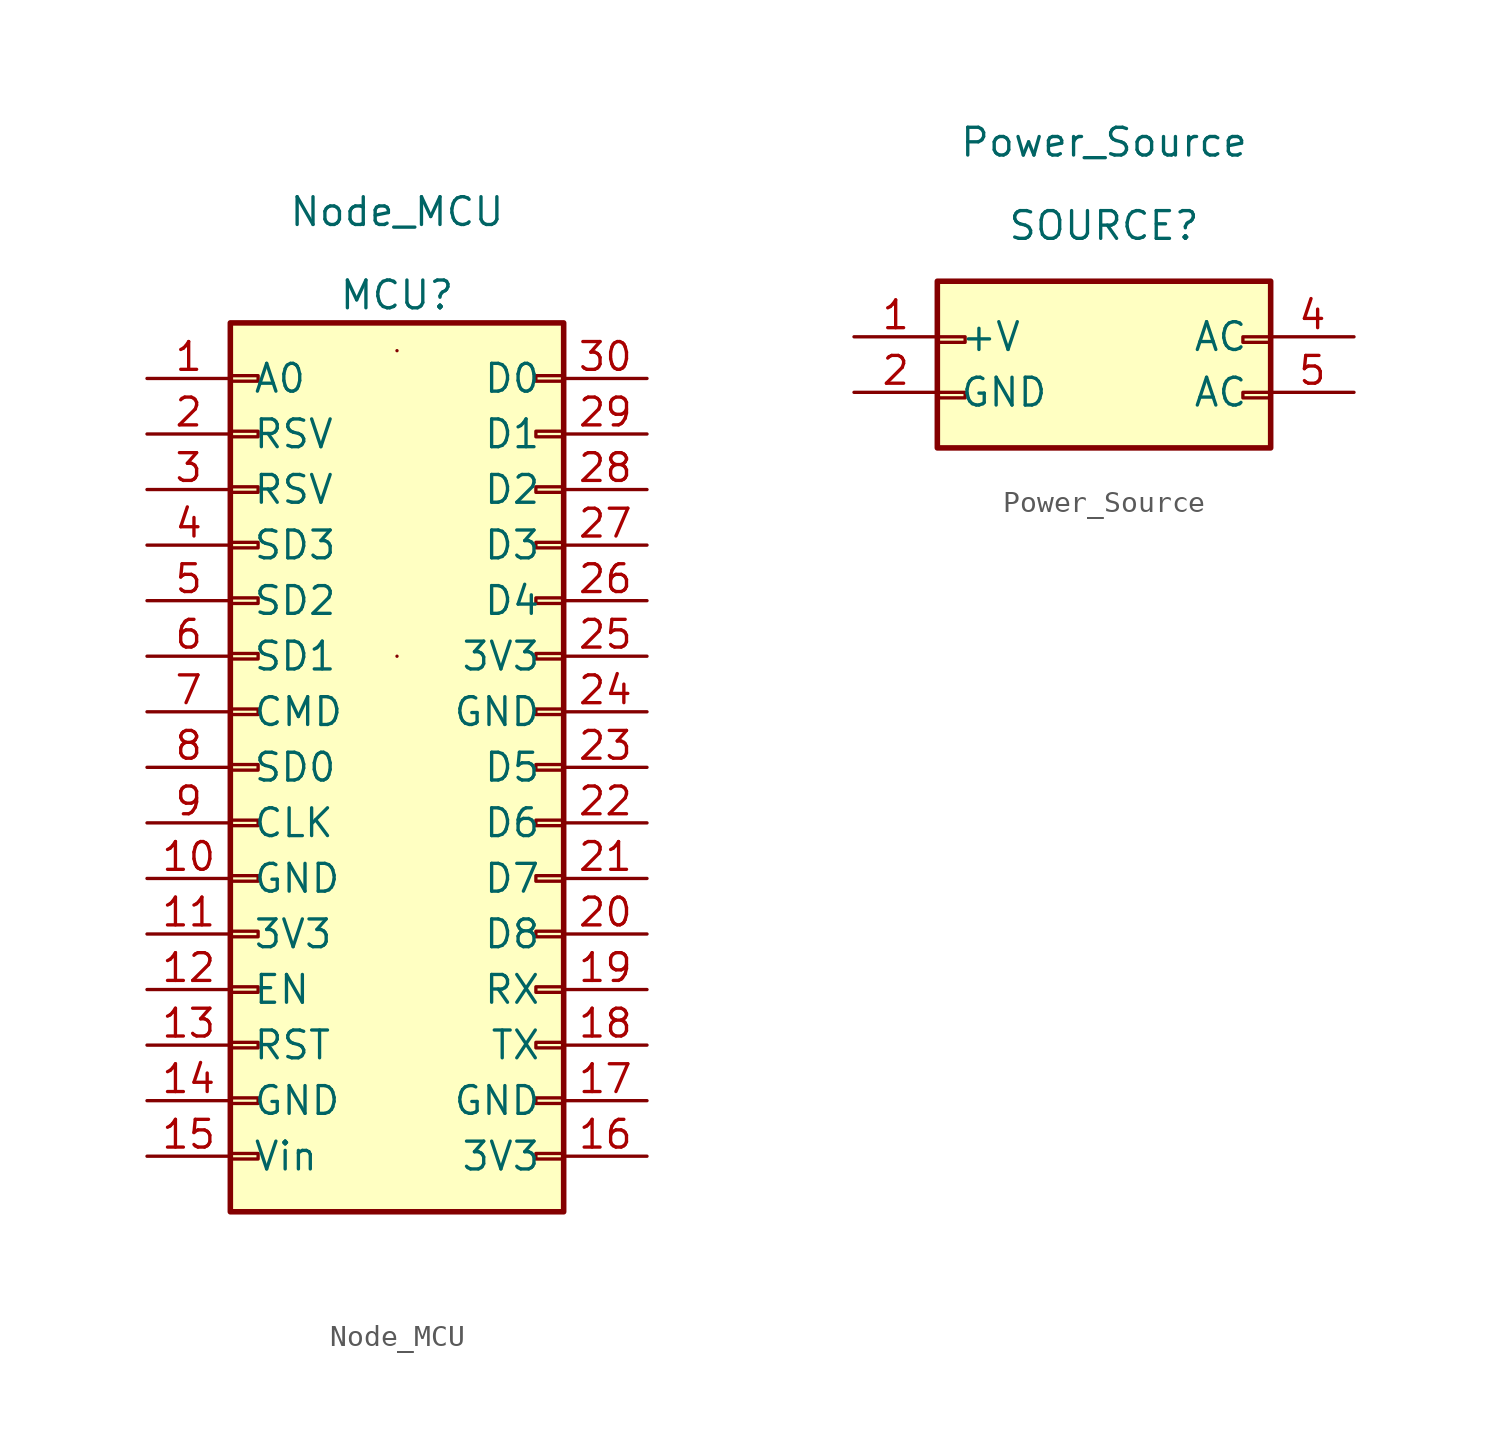
<source format=kicad_sym>
(kicad_symbol_lib
  (version 20220914)
  (generator kicad_symbol_editor)
  (symbol "Node_MCU"
    (pin_names
      (offset 1.016))
    (property "Reference" "MCU"
      (at 0 22.86 0)
      (effects (font (size 1.27 1.27))))
    (property "Value" "Node_MCU"
      (at 0 26.67 0)
      (effects (font (size 1.27 1.27))))
    (symbol "Node_MCU_0_1"
      (rectangle (start -7.62 21.59) (end 7.62 -19.05) (stroke (width 0.254) (type solid)) (fill (type background)))
      (rectangle (start 0 20.32) (end 0 20.32) (stroke (width 0) (type solid)) (fill (type none))))
    (symbol "Node_MCU_1_1"
      (rectangle (start -7.62 -16.383) (end -6.35 -16.637) (stroke (width 0.152) (type solid)) (fill (type none)))
      (rectangle (start -7.62 -13.843) (end -6.35 -14.097) (stroke (width 0.152) (type solid)) (fill (type none)))
      (rectangle (start -7.62 -11.303) (end -6.35 -11.557) (stroke (width 0.152) (type solid)) (fill (type none)))
      (rectangle (start -7.62 -8.763) (end -6.35 -9.017) (stroke (width 0.152) (type solid)) (fill (type none)))
      (rectangle (start -7.62 -6.223) (end -6.35 -6.477) (stroke (width 0.152) (type solid)) (fill (type none)))
      (rectangle (start -7.62 -3.683) (end -6.35 -3.937) (stroke (width 0.152) (type solid)) (fill (type none)))
      (rectangle (start -7.62 -1.143) (end -6.35 -1.397) (stroke (width 0.152) (type solid)) (fill (type none)))
      (rectangle (start -7.62 1.397) (end -6.35 1.143) (stroke (width 0.152) (type solid)) (fill (type none)))
      (rectangle (start -7.62 3.937) (end -6.35 3.683) (stroke (width 0.152) (type solid)) (fill (type none)))
      (rectangle (start -7.62 6.477) (end -6.35 6.223) (stroke (width 0.152) (type solid)) (fill (type none)))
      (rectangle (start -7.62 9.017) (end -6.35 8.763) (stroke (width 0.152) (type solid)) (fill (type none)))
      (rectangle (start -7.62 11.557) (end -6.35 11.303) (stroke (width 0.152) (type solid)) (fill (type none)))
      (rectangle (start -7.62 14.097) (end -6.35 13.843) (stroke (width 0.152) (type solid)) (fill (type none)))
      (rectangle (start -7.62 16.637) (end -6.35 16.383) (stroke (width 0.152) (type solid)) (fill (type none)))
      (rectangle (start -7.62 19.177) (end -6.35 18.923) (stroke (width 0.152) (type solid)) (fill (type none)))
      (rectangle (start 0 6.35) (end 0 6.35) (stroke (width 0) (type solid)) (fill (type none)))
      (rectangle (start 7.62 -16.637) (end 6.35 -16.383) (stroke (width 0.152) (type solid)) (fill (type none)))
      (rectangle (start 7.62 -14.097) (end 6.35 -13.843) (stroke (width 0.152) (type solid)) (fill (type none)))
      (rectangle (start 7.62 -11.557) (end 6.35 -11.303) (stroke (width 0.152) (type solid)) (fill (type none)))
      (rectangle (start 7.62 -9.017) (end 6.35 -8.763) (stroke (width 0.152) (type solid)) (fill (type none)))
      (rectangle (start 7.62 -6.477) (end 6.35 -6.223) (stroke (width 0.152) (type solid)) (fill (type none)))
      (rectangle (start 7.62 -3.937) (end 6.35 -3.683) (stroke (width 0.152) (type solid)) (fill (type none)))
      (rectangle (start 7.62 -1.397) (end 6.35 -1.143) (stroke (width 0.152) (type solid)) (fill (type none)))
      (rectangle (start 7.62 1.143) (end 6.35 1.397) (stroke (width 0.152) (type solid)) (fill (type none)))
      (rectangle (start 7.62 3.683) (end 6.35 3.937) (stroke (width 0.152) (type solid)) (fill (type none)))
      (rectangle (start 7.62 6.223) (end 6.35 6.477) (stroke (width 0.152) (type solid)) (fill (type none)))
      (rectangle (start 7.62 8.763) (end 6.35 9.017) (stroke (width 0.152) (type solid)) (fill (type none)))
      (rectangle (start 7.62 11.303) (end 6.35 11.557) (stroke (width 0.152) (type solid)) (fill (type none)))
      (rectangle (start 7.62 13.843) (end 6.35 14.097) (stroke (width 0.152) (type solid)) (fill (type none)))
      (rectangle (start 7.62 16.383) (end 6.35 16.637) (stroke (width 0.152) (type solid)) (fill (type none)))
      (rectangle (start 7.62 18.923) (end 6.35 19.177) (stroke (width 0.152) (type solid)) (fill (type none)))
      (pin passive line (at -11.43 19.05 0) (length 3.81) (name "A0" (effects (font (size 1.27 1.27)))) (number "1" (effects (font (size 1.27 1.27)))))
      (pin passive line (at -11.43 -3.81 0) (length 3.81) (name "GND" (effects (font (size 1.27 1.27)))) (number "10" (effects (font (size 1.27 1.27)))))
      (pin passive line (at -11.43 -6.35 0) (length 3.81) (name "3V3" (effects (font (size 1.27 1.27)))) (number "11" (effects (font (size 1.27 1.27)))))
      (pin passive line (at -11.43 -8.89 0) (length 3.81) (name "EN" (effects (font (size 1.27 1.27)))) (number "12" (effects (font (size 1.27 1.27)))))
      (pin passive line (at -11.43 -11.43 0) (length 3.81) (name "RST" (effects (font (size 1.27 1.27)))) (number "13" (effects (font (size 1.27 1.27)))))
      (pin passive line (at -11.43 -13.97 0) (length 3.81) (name "GND" (effects (font (size 1.27 1.27)))) (number "14" (effects (font (size 1.27 1.27)))))
      (pin passive line (at -11.43 -16.51 0) (length 3.81) (name "Vin" (effects (font (size 1.27 1.27)))) (number "15" (effects (font (size 1.27 1.27)))))
      (pin passive line (at 11.43 -16.51 180) (length 3.81) (name "3V3" (effects (font (size 1.27 1.27)))) (number "16" (effects (font (size 1.27 1.27)))))
      (pin passive line (at 11.43 -13.97 180) (length 3.81) (name "GND" (effects (font (size 1.27 1.27)))) (number "17" (effects (font (size 1.27 1.27)))))
      (pin passive line (at 11.43 -11.43 180) (length 3.81) (name "TX" (effects (font (size 1.27 1.27)))) (number "18" (effects (font (size 1.27 1.27)))))
      (pin passive line (at 11.43 -8.89 180) (length 3.81) (name "RX" (effects (font (size 1.27 1.27)))) (number "19" (effects (font (size 1.27 1.27)))))
      (pin passive line (at -11.43 16.51 0) (length 3.81) (name "RSV" (effects (font (size 1.27 1.27)))) (number "2" (effects (font (size 1.27 1.27)))))
      (pin passive line (at 11.43 -6.35 180) (length 3.81) (name "D8" (effects (font (size 1.27 1.27)))) (number "20" (effects (font (size 1.27 1.27)))))
      (pin passive line (at 11.43 -3.81 180) (length 3.81) (name "D7" (effects (font (size 1.27 1.27)))) (number "21" (effects (font (size 1.27 1.27)))))
      (pin passive line (at 11.43 -1.27 180) (length 3.81) (name "D6" (effects (font (size 1.27 1.27)))) (number "22" (effects (font (size 1.27 1.27)))))
      (pin passive line (at 11.43 1.27 180) (length 3.81) (name "D5" (effects (font (size 1.27 1.27)))) (number "23" (effects (font (size 1.27 1.27)))))
      (pin passive line (at 11.43 3.81 180) (length 3.81) (name "GND" (effects (font (size 1.27 1.27)))) (number "24" (effects (font (size 1.27 1.27)))))
      (pin passive line (at 11.43 6.35 180) (length 3.81) (name "3V3" (effects (font (size 1.27 1.27)))) (number "25" (effects (font (size 1.27 1.27)))))
      (pin passive line (at 11.43 8.89 180) (length 3.81) (name "D4" (effects (font (size 1.27 1.27)))) (number "26" (effects (font (size 1.27 1.27)))))
      (pin passive line (at 11.43 11.43 180) (length 3.81) (name "D3" (effects (font (size 1.27 1.27)))) (number "27" (effects (font (size 1.27 1.27)))))
      (pin passive line (at 11.43 13.97 180) (length 3.81) (name "D2" (effects (font (size 1.27 1.27)))) (number "28" (effects (font (size 1.27 1.27)))))
      (pin passive line (at 11.43 16.51 180) (length 3.81) (name "D1" (effects (font (size 1.27 1.27)))) (number "29" (effects (font (size 1.27 1.27)))))
      (pin passive line (at -11.43 13.97 0) (length 3.81) (name "RSV" (effects (font (size 1.27 1.27)))) (number "3" (effects (font (size 1.27 1.27)))))
      (pin passive line (at 11.43 19.05 180) (length 3.81) (name "D0" (effects (font (size 1.27 1.27)))) (number "30" (effects (font (size 1.27 1.27)))))
      (pin passive line (at -11.43 11.43 0) (length 3.81) (name "SD3" (effects (font (size 1.27 1.27)))) (number "4" (effects (font (size 1.27 1.27)))))
      (pin passive line (at -11.43 8.89 0) (length 3.81) (name "SD2" (effects (font (size 1.27 1.27)))) (number "5" (effects (font (size 1.27 1.27)))))
      (pin passive line (at -11.43 6.35 0) (length 3.81) (name "SD1" (effects (font (size 1.27 1.27)))) (number "6" (effects (font (size 1.27 1.27)))))
      (pin passive line (at -11.43 3.81 0) (length 3.81) (name "CMD" (effects (font (size 1.27 1.27)))) (number "7" (effects (font (size 1.27 1.27)))))
      (pin passive line (at -11.43 1.27 0) (length 3.81) (name "SD0" (effects (font (size 1.27 1.27)))) (number "8" (effects (font (size 1.27 1.27)))))
      (pin passive line (at -11.43 -1.27 0) (length 3.81) (name "CLK" (effects (font (size 1.27 1.27)))) (number "9" (effects (font (size 1.27 1.27)))))))
  (symbol "Power_Source"
    (pin_names
      (offset 1.016))
    (property "Reference" "SOURCE"
      (at 0 7.62 0)
      (effects (font (size 1.27 1.27))))
    (property "Value" "Power_Source"
      (at 0 11.43 0)
      (effects (font (size 1.27 1.27))))
    (symbol "Power_Source_1_1"
      (rectangle (start -7.62 0) (end -6.35 -0.254) (stroke (width 0.152) (type solid)) (fill (type none)))
      (rectangle (start -7.62 2.54) (end -6.35 2.286) (stroke (width 0.152) (type solid)) (fill (type none)))
      (rectangle (start -7.62 5.08) (end 7.62 -2.54) (stroke (width 0.254) (type solid)) (fill (type background)))
      (rectangle (start 6.35 0) (end 7.62 -0.254) (stroke (width 0.152) (type solid)) (fill (type none)))
      (rectangle (start 6.35 2.54) (end 7.62 2.286) (stroke (width 0.152) (type solid)) (fill (type none)))
      (pin power_out line (at -11.43 2.54 0) (length 3.81) (name "+V" (effects (font (size 1.27 1.27)))) (number "1" (effects (font (size 1.27 1.27)))))
      (pin power_out line (at -11.43 0 0) (length 3.81) (name "GND" (effects (font (size 1.27 1.27)))) (number "2" (effects (font (size 1.27 1.27)))))
      (pin power_in line (at 11.43 2.54 180) (length 3.81) (name "AC" (effects (font (size 1.27 1.27)))) (number "4" (effects (font (size 1.27 1.27)))))
      (pin power_in line (at 11.43 0 180) (length 3.81) (name "AC" (effects (font (size 1.27 1.27)))) (number "5" (effects (font (size 1.27 1.27))))))))
</source>
